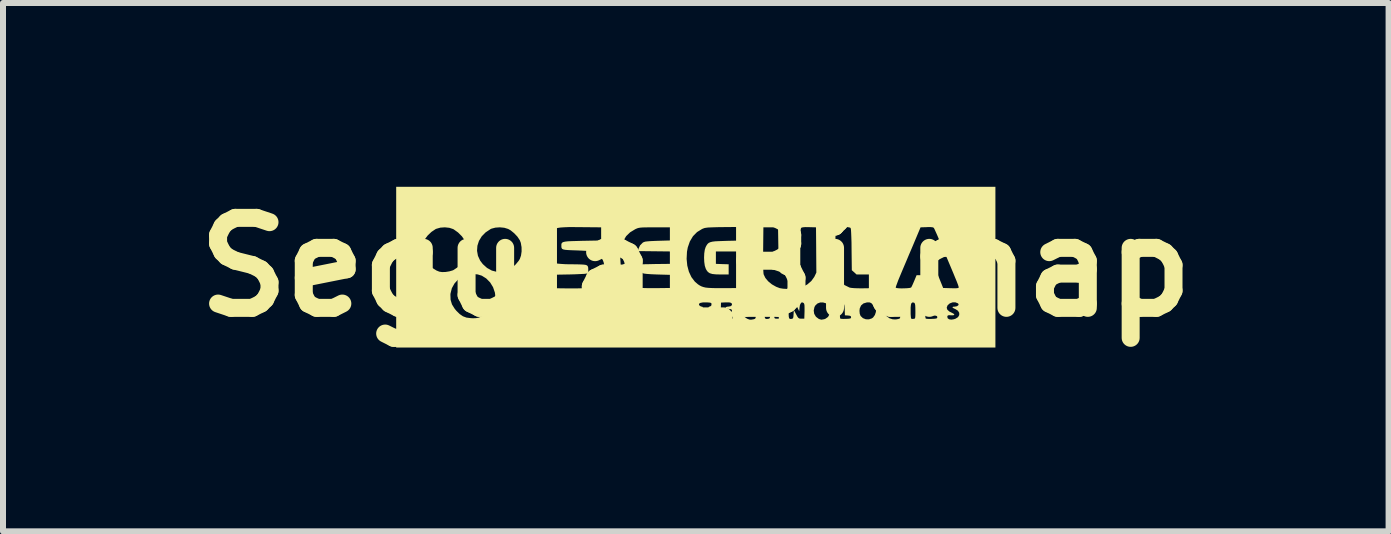
<source format=kicad_pcb>
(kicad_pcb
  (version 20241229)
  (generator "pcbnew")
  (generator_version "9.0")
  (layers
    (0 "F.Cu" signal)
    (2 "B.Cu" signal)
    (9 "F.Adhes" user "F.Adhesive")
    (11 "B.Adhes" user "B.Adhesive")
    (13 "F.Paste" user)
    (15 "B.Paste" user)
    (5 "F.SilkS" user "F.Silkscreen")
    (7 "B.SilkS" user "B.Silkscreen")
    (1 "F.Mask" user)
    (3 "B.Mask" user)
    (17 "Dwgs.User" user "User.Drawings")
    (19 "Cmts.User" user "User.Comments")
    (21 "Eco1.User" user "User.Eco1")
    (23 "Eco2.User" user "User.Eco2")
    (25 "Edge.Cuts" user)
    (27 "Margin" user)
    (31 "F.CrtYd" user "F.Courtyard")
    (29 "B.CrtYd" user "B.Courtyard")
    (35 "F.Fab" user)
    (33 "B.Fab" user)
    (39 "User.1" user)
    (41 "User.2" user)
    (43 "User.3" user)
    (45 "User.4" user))
  (footprint "Segula_Bitmap"
    (layer "F.Cu")
    (at 8.55 1.404)
    (property "Reference" "Segula_Bitmap" (at 0 0 0) (layer "F.SilkS") (effects (font (size 1.5 1.5) (thickness 0.3))))
    (attr board_only exclude_from_pos_files exclude_from_bom)
    (fp_poly (pts (xy 4.995 0) (xy 4.995 1.34) (xy 0 1.34) (xy -4.995 1.34) (xy -4.995 0.458) (xy -4.091 0.458) (xy -4.088 0.544) (xy -4.065 0.621) (xy -4.02 0.693) (xy -3.993 0.726) (xy -3.936 0.782) (xy -3.882 0.819) (xy -3.823 0.841) (xy -3.752 0.85) (xy -3.714 0.852) (xy -3.664 0.85) (xy -3.624 0.843) (xy -3.582 0.826) (xy -3.556 0.813) (xy -3.483 0.764) (xy -3.422 0.7) (xy -3.378 0.627) (xy -3.372 0.61) (xy 0.054 0.61) (xy 0.054 0.63) (xy 0.06 0.638) (xy 0.084 0.655) (xy 0.099 0.658) (xy 0.11 0.66) (xy 0.117 0.671) (xy 0.121 0.695) (xy 0.122 0.737) (xy 0.122 0.753) (xy 0.123 0.799) (xy 0.126 0.836) (xy 0.13 0.856) (xy 0.131 0.857) (xy 0.148 0.863) (xy 0.17 0.862) (xy 0.185 0.859) (xy 0.195 0.851) (xy 0.2 0.833) (xy 0.203 0.8) (xy 0.204 0.765) (xy 0.416 0.765) (xy 0.416 0.81) (xy 0.418 0.84) (xy 0.419 0.849) (xy 0.434 0.857) (xy 0.465 0.862) (xy 0.506 0.865) (xy 0.549 0.865) (xy 0.586 0.862) (xy 0.611 0.856) (xy 0.616 0.852) (xy 0.617 0.832) (xy 0.599 0.816) (xy 0.567 0.805) (xy 0.547 0.804) (xy 0.515 0.802) (xy 0.502 0.793) (xy 0.499 0.78) (xy 0.504 0.765) (xy 0.523 0.756) (xy 0.551 0.753) (xy 0.585 0.748) (xy 0.6 0.739) (xy 0.6 0.738) (xy 0.759 0.738) (xy 0.761 0.755) (xy 0.779 0.792) (xy 0.812 0.829) (xy 0.853 0.858) (xy 0.865 0.863) (xy 0.895 0.874) (xy 0.921 0.876) (xy 0.957 0.87) (xy 0.961 0.87) (xy 0.989 0.86) (xy 0.998 0.841) (xy 0.999 0.833) (xy 0.997 0.816) (xy 0.985 0.807) (xy 0.959 0.804) (xy 0.94 0.804) (xy 0.894 0.8) (xy 0.867 0.786) (xy 0.865 0.781) (xy 1.146 0.781) (xy 1.148 0.823) (xy 1.153 0.848) (xy 1.163 0.86) (xy 1.18 0.864) (xy 1.197 0.863) (xy 1.222 0.858) (xy 1.234 0.847) (xy 1.239 0.82) (xy 1.24 0.807) (xy 1.244 0.774) (xy 1.253 0.759) (xy 1.271 0.755) (xy 1.273 0.755) (xy 1.292 0.758) (xy 1.301 0.772) (xy 1.306 0.803) (xy 1.306 0.807) (xy 1.31 0.84) (xy 1.318 0.855) (xy 1.337 0.859) (xy 1.346 0.859) (xy 1.383 0.859) (xy 1.385 0.782) (xy 1.548 0.782) (xy 1.55 0.823) (xy 1.555 0.848) (xy 1.565 0.861) (xy 1.581 0.864) (xy 1.593 0.863) (xy 1.611 0.859) (xy 1.622 0.849) (xy 1.627 0.827) (xy 1.63 0.787) (xy 1.63 0.786) (xy 1.634 0.713) (xy 1.673 0.786) (xy 1.694 0.825) (xy 1.71 0.846) (xy 1.727 0.856) (xy 1.75 0.859) (xy 1.76 0.859) (xy 1.809 0.859) (xy 1.813 0.736) (xy 1.813 0.723) (xy 1.966 0.723) (xy 1.974 0.778) (xy 2.001 0.824) (xy 2.008 0.831) (xy 2.052 0.864) (xy 2.093 0.876) (xy 2.141 0.868) (xy 2.162 0.86) (xy 2.204 0.83) (xy 2.231 0.782) (xy 2.241 0.722) (xy 2.4 0.722) (xy 2.401 0.776) (xy 2.403 0.82) (xy 2.406 0.849) (xy 2.409 0.857) (xy 2.424 0.861) (xy 2.457 0.863) (xy 2.5 0.862) (xy 2.503 0.862) (xy 2.548 0.86) (xy 2.574 0.856) (xy 2.586 0.848) (xy 2.589 0.836) (xy 2.589 0.834) (xy 2.584 0.818) (xy 2.567 0.81) (xy 2.537 0.806) (xy 2.486 0.803) (xy 2.483 0.728) (xy 2.729 0.728) (xy 2.733 0.774) (xy 2.746 0.81) (xy 2.749 0.815) (xy 2.786 0.85) (xy 2.835 0.869) (xy 2.887 0.87) (xy 2.935 0.854) (xy 2.956 0.839) (xy 2.986 0.797) (xy 3.003 0.745) (xy 3.003 0.728) (xy 3.143 0.728) (xy 3.154 0.779) (xy 3.185 0.821) (xy 3.23 0.853) (xy 3.285 0.87) (xy 3.337 0.871) (xy 3.373 0.865) (xy 3.397 0.857) (xy 3.402 0.854) (xy 3.407 0.838) (xy 3.409 0.804) (xy 3.409 0.772) (xy 3.406 0.732) (xy 3.406 0.73) (xy 3.582 0.73) (xy 3.582 0.782) (xy 3.585 0.824) (xy 3.588 0.851) (xy 3.59 0.857) (xy 3.608 0.863) (xy 3.63 0.862) (xy 3.644 0.86) (xy 3.653 0.854) (xy 3.658 0.839) (xy 3.66 0.812) (xy 3.661 0.768) (xy 3.661 0.748) (xy 3.825 0.748) (xy 3.825 0.795) (xy 3.828 0.833) (xy 3.832 0.855) (xy 3.834 0.857) (xy 3.849 0.861) (xy 3.883 0.863) (xy 3.927 0.863) (xy 3.934 0.862) (xy 3.981 0.86) (xy 4.009 0.856) (xy 4.022 0.849) (xy 4.026 0.838) (xy 4.026 0.834) (xy 4.022 0.818) (xy 4.004 0.81) (xy 3.974 0.806) (xy 3.941 0.802) (xy 3.925 0.792) (xy 3.923 0.78) (xy 3.929 0.763) (xy 3.95 0.755) (xy 3.968 0.753) (xy 3.999 0.748) (xy 4.012 0.736) (xy 4.014 0.725) (xy 4.009 0.708) (xy 3.989 0.699) (xy 3.968 0.697) (xy 3.935 0.689) (xy 3.921 0.677) (xy 3.922 0.676) (xy 4.183 0.676) (xy 4.194 0.71) (xy 4.228 0.74) (xy 4.258 0.755) (xy 4.296 0.775) (xy 4.311 0.79) (xy 4.303 0.8) (xy 4.272 0.803) (xy 4.255 0.802) (xy 4.219 0.801) (xy 4.201 0.806) (xy 4.194 0.819) (xy 4.193 0.826) (xy 4.199 0.852) (xy 4.223 0.869) (xy 4.26 0.875) (xy 4.305 0.868) (xy 4.331 0.859) (xy 4.372 0.833) (xy 4.392 0.798) (xy 4.392 0.762) (xy 4.371 0.727) (xy 4.33 0.7) (xy 4.324 0.698) (xy 4.29 0.681) (xy 4.278 0.668) (xy 4.289 0.66) (xy 4.317 0.658) (xy 4.351 0.652) (xy 4.374 0.638) (xy 4.375 0.638) (xy 4.384 0.621) (xy 4.374 0.606) (xy 4.368 0.602) (xy 4.327 0.586) (xy 4.28 0.587) (xy 4.234 0.604) (xy 4.199 0.635) (xy 4.196 0.64) (xy 4.183 0.676) (xy 3.922 0.676) (xy 3.928 0.665) (xy 3.955 0.658) (xy 3.964 0.658) (xy 4.001 0.652) (xy 4.023 0.636) (xy 4.027 0.615) (xy 4.02 0.603) (xy 3.999 0.593) (xy 3.963 0.586) (xy 3.92 0.584) (xy 3.879 0.587) (xy 3.848 0.594) (xy 3.84 0.599) (xy 3.834 0.617) (xy 3.829 0.652) (xy 3.826 0.698) (xy 3.825 0.748) (xy 3.661 0.748) (xy 3.661 0.732) (xy 3.66 0.673) (xy 3.658 0.634) (xy 3.653 0.61) (xy 3.645 0.597) (xy 3.64 0.593) (xy 3.617 0.587) (xy 3.601 0.596) (xy 3.591 0.609) (xy 3.586 0.633) (xy 3.582 0.672) (xy 3.582 0.73) (xy 3.406 0.73) (xy 3.401 0.71) (xy 3.39 0.701) (xy 3.37 0.697) (xy 3.365 0.697) (xy 3.33 0.699) (xy 3.304 0.712) (xy 3.289 0.73) (xy 3.289 0.748) (xy 3.307 0.762) (xy 3.314 0.764) (xy 3.335 0.776) (xy 3.336 0.791) (xy 3.318 0.802) (xy 3.304 0.804) (xy 3.267 0.797) (xy 3.247 0.774) (xy 3.24 0.732) (xy 3.24 0.731) (xy 3.245 0.693) (xy 3.261 0.671) (xy 3.293 0.66) (xy 3.333 0.658) (xy 3.373 0.656) (xy 3.396 0.648) (xy 3.404 0.637) (xy 3.403 0.614) (xy 3.383 0.597) (xy 3.35 0.587) (xy 3.307 0.585) (xy 3.261 0.593) (xy 3.234 0.602) (xy 3.196 0.628) (xy 3.164 0.667) (xy 3.145 0.71) (xy 3.143 0.728) (xy 3.003 0.728) (xy 3.003 0.695) (xy 2.989 0.665) (xy 2.963 0.632) (xy 2.951 0.62) (xy 2.921 0.597) (xy 2.895 0.587) (xy 2.861 0.587) (xy 2.852 0.588) (xy 2.795 0.605) (xy 2.755 0.639) (xy 2.733 0.689) (xy 2.729 0.728) (xy 2.483 0.728) (xy 2.483 0.704) (xy 2.478 0.644) (xy 2.468 0.605) (xy 2.452 0.587) (xy 2.429 0.586) (xy 2.42 0.589) (xy 2.411 0.596) (xy 2.405 0.612) (xy 2.401 0.641) (xy 2.4 0.688) (xy 2.4 0.722) (xy 2.241 0.722) (xy 2.242 0.722) (xy 2.242 0.72) (xy 2.231 0.668) (xy 2.204 0.628) (xy 2.166 0.601) (xy 2.12 0.588) (xy 2.073 0.589) (xy 2.028 0.606) (xy 1.992 0.64) (xy 1.978 0.666) (xy 1.966 0.723) (xy 1.813 0.723) (xy 1.813 0.677) (xy 1.812 0.638) (xy 1.808 0.614) (xy 1.8 0.6) (xy 1.796 0.596) (xy 1.771 0.586) (xy 1.751 0.598) (xy 1.736 0.632) (xy 1.73 0.67) (xy 1.724 0.734) (xy 1.691 0.666) (xy 1.666 0.622) (xy 1.644 0.598) (xy 1.625 0.589) (xy 1.595 0.585) (xy 1.574 0.592) (xy 1.561 0.613) (xy 1.554 0.652) (xy 1.55 0.712) (xy 1.55 0.719) (xy 1.548 0.782) (xy 1.385 0.782) (xy 1.386 0.728) (xy 1.387 0.669) (xy 1.386 0.63) (xy 1.383 0.606) (xy 1.377 0.594) (xy 1.369 0.589) (xy 1.34 0.588) (xy 1.318 0.608) (xy 1.306 0.646) (xy 1.306 0.65) (xy 1.301 0.68) (xy 1.289 0.692) (xy 1.273 0.694) (xy 1.253 0.691) (xy 1.244 0.674) (xy 1.24 0.65) (xy 1.23 0.611) (xy 1.21 0.589) (xy 1.184 0.587) (xy 1.173 0.592) (xy 1.162 0.603) (xy 1.155 0.624) (xy 1.151 0.658) (xy 1.148 0.712) (xy 1.148 0.719) (xy 1.146 0.781) (xy 0.865 0.781) (xy 0.855 0.758) (xy 0.853 0.731) (xy 0.857 0.692) (xy 0.874 0.67) (xy 0.908 0.659) (xy 0.94 0.658) (xy 0.976 0.656) (xy 0.994 0.65) (xy 0.999 0.638) (xy 0.999 0.634) (xy 0.988 0.609) (xy 0.961 0.593) (xy 0.922 0.587) (xy 0.879 0.591) (xy 0.835 0.607) (xy 0.821 0.615) (xy 0.789 0.647) (xy 0.768 0.692) (xy 0.759 0.738) (xy 0.6 0.738) (xy 0.603 0.725) (xy 0.599 0.709) (xy 0.581 0.7) (xy 0.551 0.697) (xy 0.516 0.69) (xy 0.499 0.678) (xy 0.501 0.667) (xy 0.523 0.659) (xy 0.541 0.658) (xy 0.578 0.652) (xy 0.6 0.636) (xy 0.604 0.615) (xy 0.597 0.603) (xy 0.58 0.592) (xy 0.551 0.587) (xy 0.504 0.587) (xy 0.501 0.587) (xy 0.42 0.591) (xy 0.417 0.712) (xy 0.416 0.765) (xy 0.204 0.765) (xy 0.205 0.759) (xy 0.207 0.71) (xy 0.21 0.68) (xy 0.216 0.664) (xy 0.227 0.657) (xy 0.235 0.656) (xy 0.256 0.645) (xy 0.262 0.621) (xy 0.261 0.605) (xy 0.253 0.596) (xy 0.233 0.591) (xy 0.197 0.588) (xy 0.177 0.587) (xy 0.117 0.588) (xy 0.075 0.596) (xy 0.054 0.61) (xy -3.372 0.61) (xy -3.351 0.548) (xy -3.344 0.468) (xy -3.349 0.425) (xy -3.38 0.334) (xy -3.429 0.254) (xy -3.494 0.188) (xy -3.568 0.142) (xy -3.636 0.121) (xy -3.714 0.114) (xy -3.793 0.12) (xy -3.863 0.14) (xy -3.88 0.148) (xy -3.96 0.203) (xy -4.023 0.272) (xy -4.067 0.351) (xy -4.089 0.438) (xy -4.091 0.458) (xy -4.995 0.458) (xy -4.995 0) (xy -4.995 -0.299) (xy -4.563 -0.299) (xy -4.558 -0.222) (xy -4.537 -0.154) (xy -4.533 -0.146) (xy -4.479 -0.066) (xy -4.408 0.003) (xy -4.325 0.055) (xy -4.276 0.075) (xy -4.229 0.082) (xy -4.17 0.08) (xy -4.108 0.07) (xy -4.053 0.054) (xy -4.038 0.047) (xy -3.959 -0.006) (xy -3.891 -0.077) (xy -3.853 -0.137) (xy -3.826 -0.212) (xy -3.82 -0.273) (xy -3.647 -0.273) (xy -3.632 -0.189) (xy -3.595 -0.109) (xy -3.551 -0.051) (xy -3.48 0.013) (xy -3.4 0.057) (xy -3.315 0.079) (xy -3.229 0.079) (xy -3.144 0.057) (xy -3.125 0.049) (xy -3.064 0.01) (xy -3.004 -0.044) (xy -2.954 -0.104) (xy -2.934 -0.136) (xy -2.914 -0.193) (xy -2.904 -0.263) (xy -2.905 -0.337) (xy -2.908 -0.349) (xy -2.509 -0.349) (xy -2.504 -0.28) (xy -2.496 -0.238) (xy -2.474 -0.191) (xy -2.435 -0.142) (xy -2.389 -0.1) (xy -2.34 -0.07) (xy -2.321 -0.062) (xy -2.292 -0.058) (xy -2.245 -0.054) (xy -2.183 -0.05) (xy -2.113 -0.048) (xy -2.065 -0.048) (xy -1.978 -0.047) (xy -1.912 -0.045) (xy -1.864 -0.042) (xy -1.832 -0.037) (xy -1.812 -0.028) (xy -1.801 -0.015) (xy -1.795 0.003) (xy -1.793 0.027) (xy -1.793 0.03) (xy -1.793 0.067) (xy -1.799 0.095) (xy -1.803 0.102) (xy -1.82 0.107) (xy -1.862 0.112) (xy -1.927 0.115) (xy -2.015 0.119) (xy -2.126 0.122) (xy -2.142 0.122) (xy -2.467 0.128) (xy -2.47 0.224) (xy -2.471 0.272) (xy -2.471 0.311) (xy -2.468 0.335) (xy -2.468 0.337) (xy -2.454 0.342) (xy -2.42 0.346) (xy -2.369 0.349) (xy -2.304 0.352) (xy -2.229 0.353) (xy -2.148 0.354) (xy -2.065 0.354) (xy -1.982 0.354) (xy -1.905 0.352) (xy -1.835 0.35) (xy -1.778 0.347) (xy -1.736 0.343) (xy -1.716 0.339) (xy -1.662 0.313) (xy -1.608 0.272) (xy -1.565 0.222) (xy -1.546 0.19) (xy -1.53 0.134) (xy -1.522 0.066) (xy -1.524 -0.006) (xy -1.534 -0.073) (xy -1.549 -0.116) (xy -1.581 -0.164) (xy -1.26 -0.164) (xy -1.252 -0.038) (xy -1.227 0.072) (xy -1.187 0.165) (xy -1.13 0.24) (xy -1.056 0.298) (xy -0.971 0.336) (xy -0.94 0.342) (xy -0.894 0.347) (xy -0.83 0.349) (xy -0.746 0.35) (xy -0.676 0.35) (xy -0.432 0.347) (xy -0.432 0.238) (xy -0.432 0.128) (xy -0.646 0.122) (xy -0.741 0.118) (xy -0.813 0.113) (xy -0.862 0.107) (xy -0.886 0.1) (xy -0.909 0.078) (xy -0.934 0.043) (xy -0.953 0.005) (xy -0.962 -0.027) (xy -0.962 -0.03) (xy -0.96 -0.036) (xy -0.949 -0.041) (xy -0.928 -0.044) (xy -0.894 -0.047) (xy -0.843 -0.049) (xy -0.773 -0.05) (xy -0.697 -0.052) (xy -0.432 -0.055) (xy -0.432 -0.138) (xy -0.153 -0.138) (xy -0.142 -0.026) (xy -0.115 0.076) (xy -0.073 0.166) (xy -0.016 0.241) (xy 0.036 0.286) (xy 0.065 0.305) (xy 0.094 0.32) (xy 0.125 0.331) (xy 0.162 0.34) (xy 0.208 0.345) (xy 0.267 0.348) (xy 0.342 0.35) (xy 0.436 0.35) (xy 0.499 0.35) (xy 0.81 0.347) (xy 0.81 0.043) (xy 0.81 -0.179) (xy 1.123 -0.179) (xy 1.123 -0.08) (xy 1.124 0.002) (xy 1.126 0.065) (xy 1.129 0.107) (xy 1.132 0.122) (xy 1.16 0.18) (xy 1.207 0.236) (xy 1.269 0.287) (xy 1.34 0.327) (xy 1.4 0.35) (xy 1.455 0.359) (xy 1.524 0.363) (xy 1.601 0.361) (xy 1.676 0.354) (xy 1.741 0.342) (xy 1.776 0.332) (xy 1.858 0.289) (xy 1.926 0.231) (xy 1.975 0.163) (xy 1.979 0.155) (xy 2.01 0.09) (xy 2.007 -0.287) (xy 2.007 -0.324) (xy 2.326 -0.324) (xy 2.327 -0.24) (xy 2.328 -0.159) (xy 2.329 -0.083) (xy 2.332 -0.017) (xy 2.335 0.036) (xy 2.34 0.072) (xy 2.34 0.076) (xy 2.37 0.167) (xy 2.417 0.242) (xy 2.48 0.299) (xy 2.559 0.338) (xy 2.57 0.342) (xy 2.597 0.346) (xy 2.641 0.35) (xy 2.697 0.352) (xy 2.761 0.353) (xy 2.827 0.352) (xy 2.892 0.351) (xy 2.949 0.349) (xy 2.994 0.346) (xy 3.018 0.342) (xy 3.333 0.342) (xy 3.348 0.348) (xy 3.381 0.352) (xy 3.426 0.354) (xy 3.475 0.353) (xy 3.522 0.351) (xy 3.562 0.347) (xy 3.586 0.341) (xy 3.591 0.338) (xy 3.601 0.32) (xy 3.617 0.286) (xy 3.636 0.242) (xy 3.642 0.228) (xy 3.681 0.134) (xy 3.86 0.134) (xy 4.038 0.134) (xy 4.081 0.241) (xy 4.124 0.347) (xy 4.255 0.351) (xy 4.314 0.352) (xy 4.353 0.351) (xy 4.375 0.347) (xy 4.384 0.341) (xy 4.386 0.336) (xy 4.381 0.32) (xy 4.368 0.285) (xy 4.349 0.235) (xy 4.323 0.173) (xy 4.294 0.102) (xy 4.281 0.071) (xy 4.242 -0.022) (xy 4.198 -0.126) (xy 4.153 -0.233) (xy 4.11 -0.333) (xy 4.078 -0.408) (xy 4.048 -0.479) (xy 4.021 -0.542) (xy 3.997 -0.595) (xy 3.98 -0.633) (xy 3.969 -0.654) (xy 3.968 -0.655) (xy 3.952 -0.664) (xy 3.917 -0.668) (xy 3.861 -0.668) (xy 3.851 -0.667) (xy 3.747 -0.664) (xy 3.642 -0.414) (xy 3.602 -0.319) (xy 3.556 -0.212) (xy 3.509 -0.1) (xy 3.464 0.006) (xy 3.431 0.084) (xy 3.401 0.156) (xy 3.374 0.221) (xy 3.354 0.276) (xy 3.339 0.316) (xy 3.333 0.339) (xy 3.333 0.342) (xy 3.018 0.342) (xy 3.023 0.342) (xy 3.031 0.339) (xy 3.039 0.318) (xy 3.044 0.28) (xy 3.046 0.238) (xy 3.043 0.188) (xy 3.038 0.152) (xy 3.031 0.136) (xy 3.012 0.13) (xy 2.972 0.125) (xy 2.909 0.122) (xy 2.848 0.122) (xy 2.68 0.122) (xy 2.641 0.086) (xy 2.601 0.051) (xy 2.597 -0.294) (xy 2.596 -0.408) (xy 2.593 -0.502) (xy 2.59 -0.574) (xy 2.587 -0.624) (xy 2.582 -0.65) (xy 2.581 -0.654) (xy 2.562 -0.662) (xy 2.526 -0.668) (xy 2.48 -0.67) (xy 2.432 -0.67) (xy 2.387 -0.667) (xy 2.354 -0.661) (xy 2.341 -0.655) (xy 2.337 -0.639) (xy 2.333 -0.602) (xy 2.33 -0.548) (xy 2.328 -0.481) (xy 2.327 -0.405) (xy 2.326 -0.324) (xy 2.007 -0.324) (xy 2.004 -0.664) (xy 1.89 -0.667) (xy 1.825 -0.668) (xy 1.781 -0.664) (xy 1.759 -0.657) (xy 1.754 -0.649) (xy 1.75 -0.632) (xy 1.747 -0.604) (xy 1.745 -0.562) (xy 1.743 -0.504) (xy 1.742 -0.428) (xy 1.742 -0.331) (xy 1.742 -0.287) (xy 1.742 0.069) (xy 1.714 0.096) (xy 1.664 0.127) (xy 1.603 0.143) (xy 1.538 0.144) (xy 1.476 0.13) (xy 1.424 0.102) (xy 1.407 0.086) (xy 1.4 0.077) (xy 1.394 0.065) (xy 1.39 0.048) (xy 1.387 0.022) (xy 1.384 -0.014) (xy 1.382 -0.064) (xy 1.38 -0.131) (xy 1.378 -0.216) (xy 1.377 -0.303) (xy 1.371 -0.664) (xy 1.249 -0.664) (xy 1.127 -0.664) (xy 1.123 -0.292) (xy 1.123 -0.179) (xy 0.81 -0.179) (xy 0.81 -0.262) (xy 0.573 -0.262) (xy 0.335 -0.262) (xy 0.335 -0.158) (xy 0.335 -0.055) (xy 0.442 -0.051) (xy 0.548 -0.048) (xy 0.548 0.037) (xy 0.548 0.122) (xy 0.413 0.122) (xy 0.334 0.12) (xy 0.276 0.114) (xy 0.233 0.101) (xy 0.202 0.08) (xy 0.179 0.05) (xy 0.166 0.025) (xy 0.15 -0.024) (xy 0.141 -0.088) (xy 0.138 -0.159) (xy 0.141 -0.229) (xy 0.15 -0.291) (xy 0.164 -0.334) (xy 0.18 -0.364) (xy 0.196 -0.387) (xy 0.215 -0.404) (xy 0.241 -0.416) (xy 0.276 -0.425) (xy 0.324 -0.431) (xy 0.388 -0.434) (xy 0.472 -0.437) (xy 0.534 -0.439) (xy 0.81 -0.445) (xy 0.814 -0.54) (xy 0.814 -0.601) (xy 0.808 -0.641) (xy 0.802 -0.654) (xy 0.794 -0.659) (xy 0.78 -0.664) (xy 0.755 -0.667) (xy 0.717 -0.668) (xy 0.664 -0.669) (xy 0.593 -0.669) (xy 0.502 -0.668) (xy 0.476 -0.668) (xy 0.38 -0.667) (xy 0.305 -0.665) (xy 0.248 -0.663) (xy 0.205 -0.661) (xy 0.173 -0.657) (xy 0.148 -0.653) (xy 0.128 -0.646) (xy 0.108 -0.638) (xy 0.104 -0.636) (xy 0.021 -0.585) (xy -0.047 -0.516) (xy -0.099 -0.429) (xy -0.134 -0.328) (xy -0.147 -0.257) (xy -0.153 -0.138) (xy -0.432 -0.138) (xy -0.432 -0.158) (xy -0.432 -0.262) (xy -0.699 -0.265) (xy -0.965 -0.268) (xy -0.957 -0.302) (xy -0.93 -0.362) (xy -0.885 -0.408) (xy -0.881 -0.411) (xy -0.864 -0.419) (xy -0.841 -0.426) (xy -0.807 -0.43) (xy -0.759 -0.434) (xy -0.692 -0.437) (xy -0.64 -0.439) (xy -0.432 -0.445) (xy -0.432 -0.554) (xy -0.432 -0.664) (xy -0.688 -0.664) (xy -0.774 -0.664) (xy -0.839 -0.663) (xy -0.887 -0.662) (xy -0.923 -0.659) (xy -0.95 -0.655) (xy -0.972 -0.649) (xy -0.994 -0.64) (xy -1.011 -0.632) (xy -1.095 -0.581) (xy -1.161 -0.517) (xy -1.209 -0.436) (xy -1.241 -0.34) (xy -1.257 -0.226) (xy -1.26 -0.164) (xy -1.581 -0.164) (xy -1.585 -0.171) (xy -1.638 -0.221) (xy -1.698 -0.256) (xy -1.701 -0.257) (xy -1.725 -0.263) (xy -1.77 -0.268) (xy -1.832 -0.272) (xy -1.907 -0.276) (xy -1.977 -0.279) (xy -2.064 -0.282) (xy -2.129 -0.285) (xy -2.176 -0.289) (xy -2.207 -0.295) (xy -2.227 -0.304) (xy -2.237 -0.318) (xy -2.241 -0.336) (xy -2.241 -0.36) (xy -2.241 -0.361) (xy -2.241 -0.381) (xy -2.236 -0.398) (xy -2.226 -0.41) (xy -2.207 -0.419) (xy -2.177 -0.426) (xy -2.134 -0.431) (xy -2.073 -0.434) (xy -1.994 -0.436) (xy -1.893 -0.439) (xy -1.889 -0.439) (xy -1.578 -0.445) (xy -1.578 -0.554) (xy -1.578 -0.664) (xy -1.912 -0.667) (xy -2.027 -0.668) (xy -2.12 -0.668) (xy -2.195 -0.665) (xy -2.254 -0.661) (xy -2.301 -0.654) (xy -2.338 -0.644) (xy -2.369 -0.63) (xy -2.395 -0.612) (xy -2.42 -0.589) (xy -2.428 -0.581) (xy -2.463 -0.54) (xy -2.488 -0.496) (xy -2.495 -0.48) (xy -2.506 -0.42) (xy -2.509 -0.349) (xy -2.908 -0.349) (xy -2.917 -0.405) (xy -2.934 -0.449) (xy -2.974 -0.509) (xy -3.028 -0.566) (xy -3.087 -0.614) (xy -3.128 -0.637) (xy -3.193 -0.657) (xy -3.267 -0.664) (xy -3.341 -0.659) (xy -3.406 -0.642) (xy -3.421 -0.635) (xy -3.504 -0.58) (xy -3.569 -0.514) (xy -3.615 -0.438) (xy -3.641 -0.357) (xy -3.647 -0.273) (xy -3.82 -0.273) (xy -3.817 -0.295) (xy -3.827 -0.377) (xy -3.852 -0.445) (xy -3.899 -0.514) (xy -3.963 -0.578) (xy -4.033 -0.628) (xy -4.045 -0.635) (xy -4.108 -0.656) (xy -4.183 -0.664) (xy -4.258 -0.659) (xy -4.325 -0.64) (xy -4.337 -0.635) (xy -4.407 -0.588) (xy -4.471 -0.527) (xy -4.522 -0.458) (xy -4.529 -0.445) (xy -4.554 -0.376) (xy -4.563 -0.299) (xy -4.995 -0.299) (xy -4.995 -1.34) (xy 0 -1.34) (xy 4.995 -1.34)) (stroke (width 0) (type solid)) (fill yes) (layer "F.SilkS")))
  (gr_rect
    (start -3 -3)
    (end 20.1 5.808)
    (stroke (width 0.1) (type default))
    (fill no)
    (layer "Edge.Cuts")))
</source>
